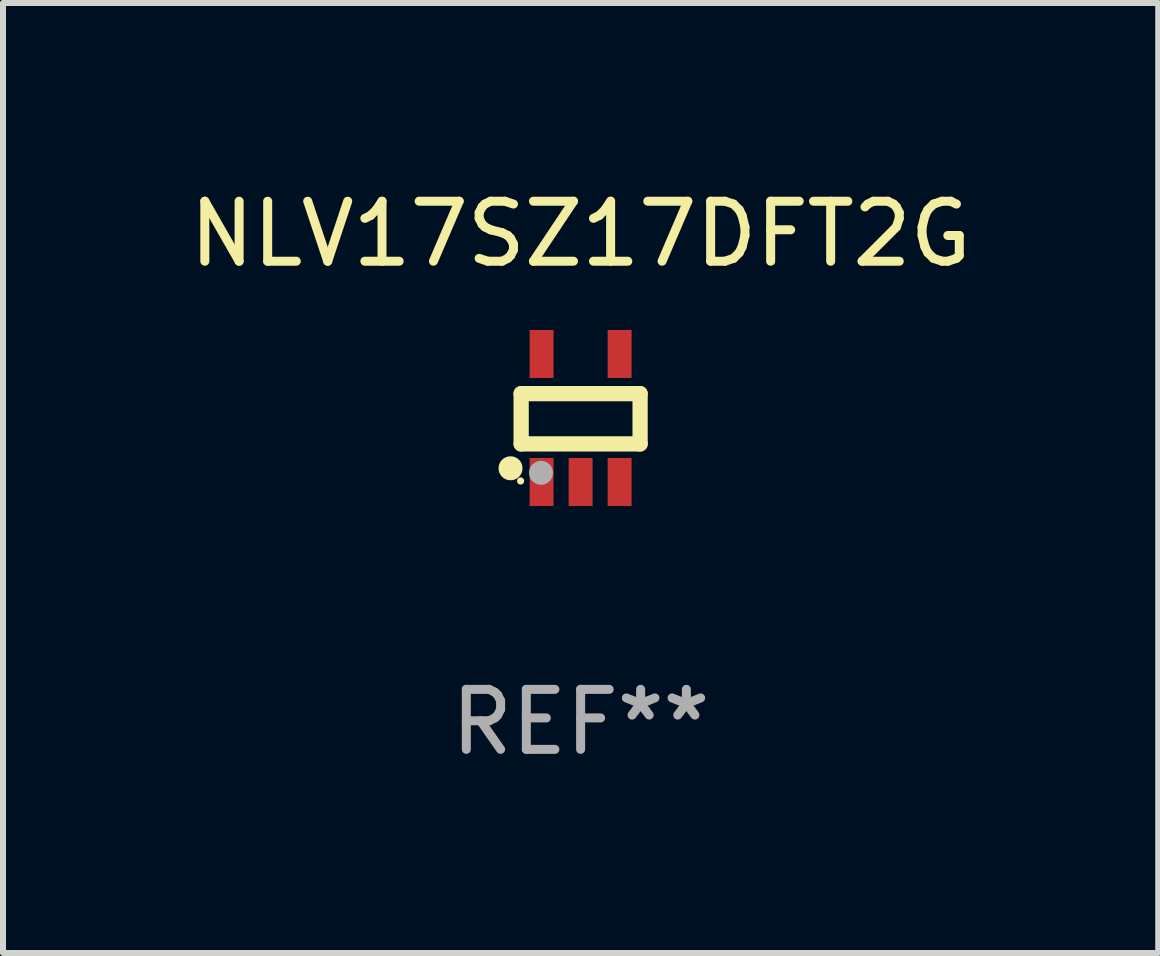
<source format=kicad_pcb>
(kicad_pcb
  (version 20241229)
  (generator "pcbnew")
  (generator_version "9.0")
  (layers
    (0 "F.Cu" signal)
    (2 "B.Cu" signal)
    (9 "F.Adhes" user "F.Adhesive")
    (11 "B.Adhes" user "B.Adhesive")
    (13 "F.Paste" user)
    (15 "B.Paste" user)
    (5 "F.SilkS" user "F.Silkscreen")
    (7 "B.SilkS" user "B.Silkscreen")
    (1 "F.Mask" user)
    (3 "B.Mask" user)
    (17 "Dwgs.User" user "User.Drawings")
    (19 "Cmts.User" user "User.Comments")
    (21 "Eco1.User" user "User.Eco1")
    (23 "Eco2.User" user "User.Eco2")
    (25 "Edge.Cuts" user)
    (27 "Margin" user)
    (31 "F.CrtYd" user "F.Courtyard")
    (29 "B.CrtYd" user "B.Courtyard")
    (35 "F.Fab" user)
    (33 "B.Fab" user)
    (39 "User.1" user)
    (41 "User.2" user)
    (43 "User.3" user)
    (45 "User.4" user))
  (footprint "NLV17SZ17DFT2G"
    (layer "F.Cu")
    (at 6.625 3.915)
    (property "Reference" "NLV17SZ17DFT2G" (at 0 -3.067 0) (layer "F.SilkS") (effects (font (size 1 1) (thickness 0.15))))
    (attr through_hole)
    (fp_line (start -0.991 -0.406) (end 0.991 -0.406) (stroke (width 0.254) (type solid)) (layer "F.SilkS"))
    (fp_line (start -0.991 0.432) (end -0.991 -0.406) (stroke (width 0.254) (type solid)) (layer "F.SilkS"))
    (fp_line (start 0.991 -0.406) (end 0.991 0.432) (stroke (width 0.254) (type solid)) (layer "F.SilkS"))
    (fp_line (start 0.991 0.432) (end -0.991 0.432) (stroke (width 0.254) (type solid)) (layer "F.SilkS"))
    (fp_circle (center -1.168 0.838) (end -1.068 0.838) (stroke (width 0.2) (type solid)) (fill no) (layer "F.SilkS"))
    (fp_circle (center -1 1.05) (end -0.97 1.05) (stroke (width 0.06) (type solid)) (fill no) (layer "F.SilkS"))
    (fp_circle (center -0.66 0.914) (end -0.56 0.914) (stroke (width 0.2) (type solid)) (fill no) (layer "F.Fab"))
    (fp_text user "REF**" (at 0 5.067 0) (layer "F.Fab") (effects (font (size 1 1) (thickness 0.15))))
    (pad "1" smd rect (at -0.65 1.067 90) (size 0.8 0.399) (layers "F.Cu" "F.Mask" "F.Paste"))
    (pad "2" smd rect (at 0 1.067 90) (size 0.8 0.399) (layers "F.Cu" "F.Mask" "F.Paste"))
    (pad "3" smd rect (at 0.65 1.067 90) (size 0.8 0.399) (layers "F.Cu" "F.Mask" "F.Paste"))
    (pad "4" smd rect (at 0.65 -1.067 90) (size 0.8 0.399) (layers "F.Cu" "F.Mask" "F.Paste"))
    (pad "5" smd rect (at -0.65 -1.066 90) (size 0.8 0.399) (layers "F.Cu" "F.Mask" "F.Paste")))
  (gr_rect
    (start -3 -3)
    (end 16.25 12.83)
    (stroke (width 0.1) (type default))
    (fill no)
    (layer "Edge.Cuts")))
</source>
